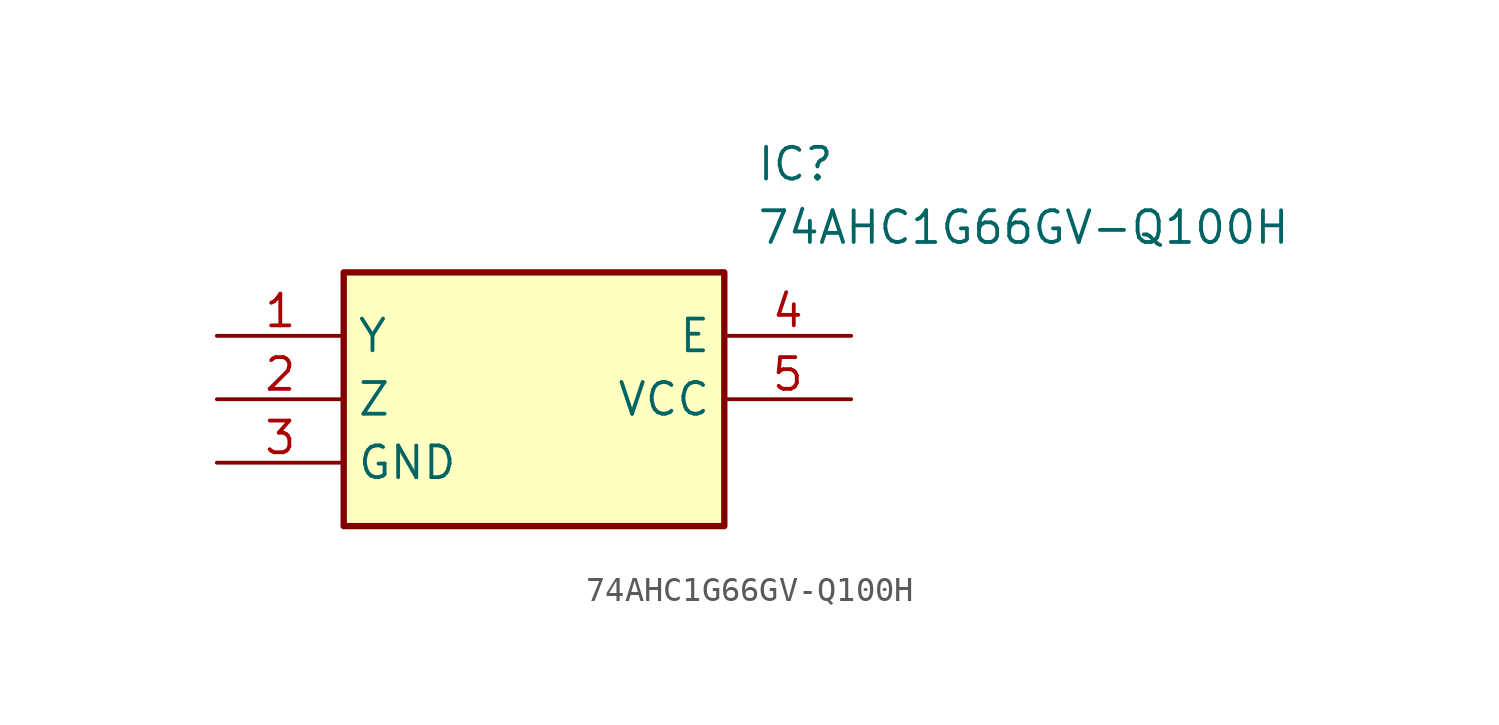
<source format=kicad_sym>
(kicad_symbol_lib
  (version 20211014)
  (generator SamacSys_ECAD_Model)
  (symbol "74AHC1G66GV-Q100H"
    (property "Reference" "IC"
      (at 21.59 7.62 0)
      (effects (font (size 1.27 1.27)) (justify left top)))
    (property "Value" "74AHC1G66GV-Q100H"
      (at 21.59 5.08 0)
      (effects (font (size 1.27 1.27)) (justify left top)))
    (rectangle
      (start 5.08 2.54)
      (end 20.32 -7.62)
      (stroke (width 0.254) (type default))
      (fill (type background)))
    (pin passive line
      (at 0 0 0)
      (length 5.08)
      (name "Y" (effects (font (size 1.27 1.27))))
      (number "1" (effects (font (size 1.27 1.27)))))
    (pin passive line
      (at 0 -2.54 0)
      (length 5.08)
      (name "Z" (effects (font (size 1.27 1.27))))
      (number "2" (effects (font (size 1.27 1.27)))))
    (pin passive line
      (at 0 -5.08 0)
      (length 5.08)
      (name "GND" (effects (font (size 1.27 1.27))))
      (number "3" (effects (font (size 1.27 1.27)))))
    (pin passive line
      (at 25.4 0 180)
      (length 5.08)
      (name "E" (effects (font (size 1.27 1.27))))
      (number "4" (effects (font (size 1.27 1.27)))))
    (pin passive line
      (at 25.4 -2.54 180)
      (length 5.08)
      (name "VCC" (effects (font (size 1.27 1.27))))
      (number "5" (effects (font (size 1.27 1.27)))))))
</source>
